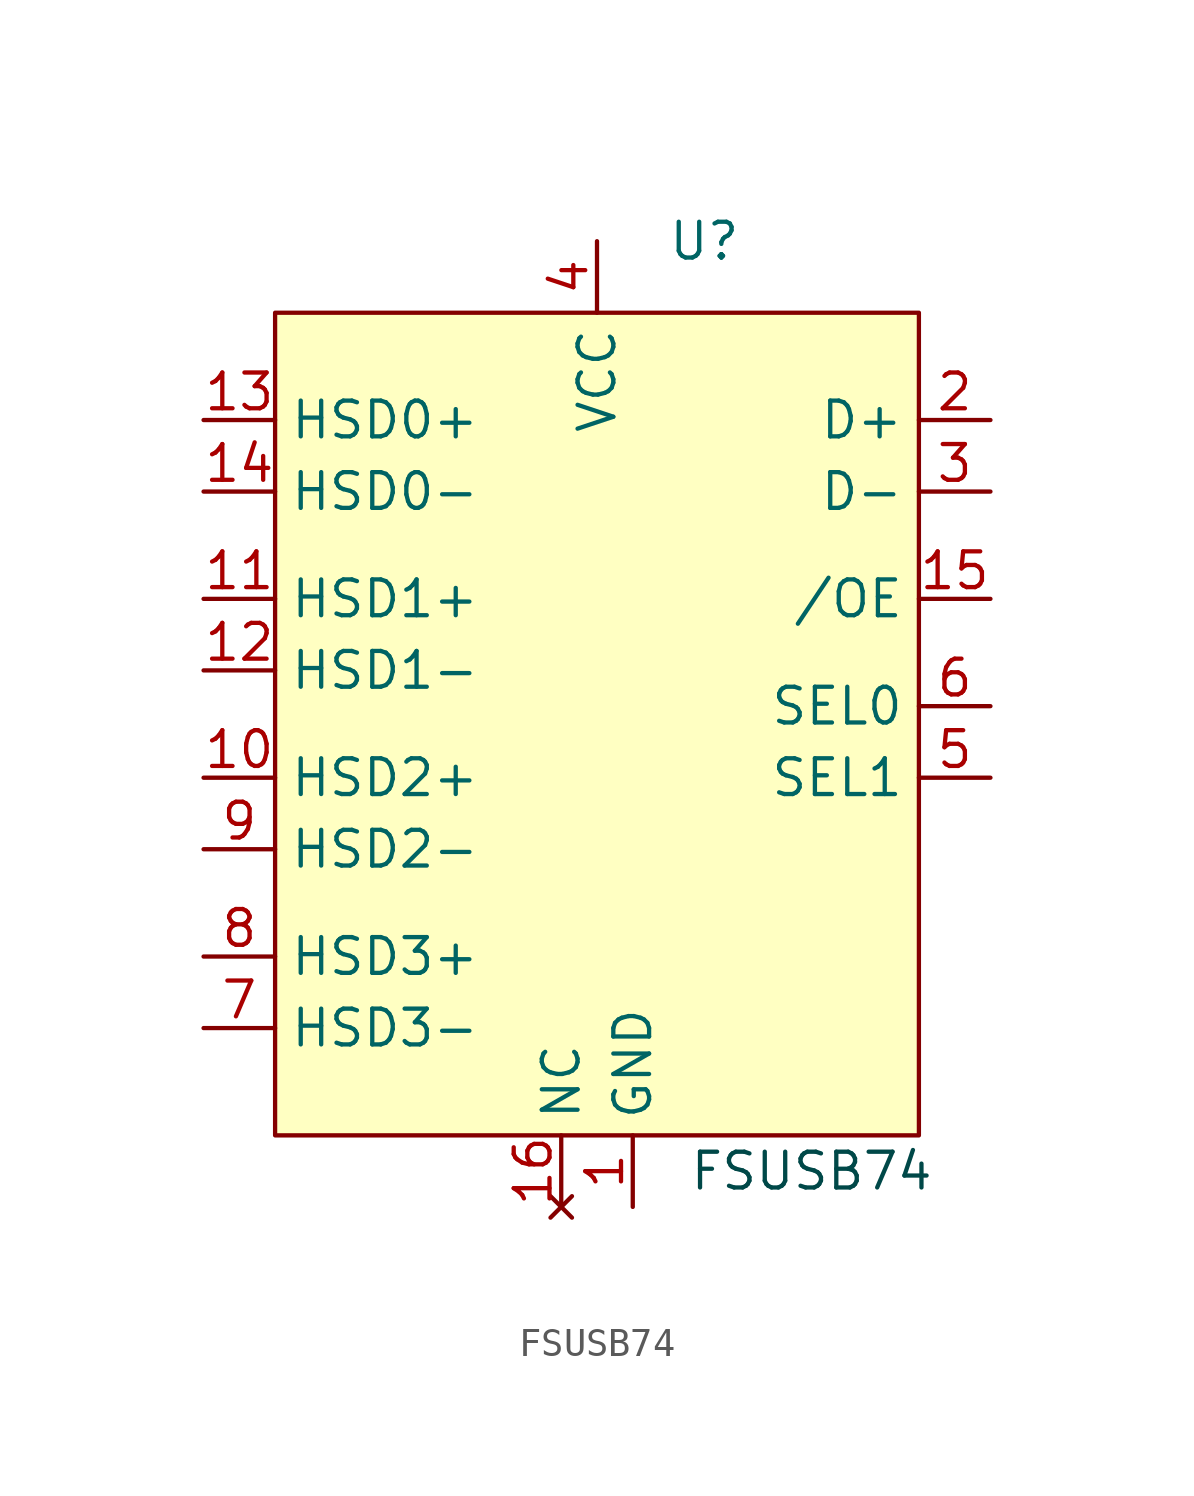
<source format=kicad_sym>
(kicad_symbol_lib
  (version 20220914)
  (generator kicad_symbol_editor)
  (symbol "FSUSB74"
    (property "Reference" "U"
      (at 3.81 16.51 0)
      (effects (font (size 1.27 1.27))))
    (property "Value" ""
      (at 0 6.35 0)
      (effects (font (size 1.27 1.27))))
    (symbol "FSUSB74_1_1"
      (rectangle (start -11.43 13.97) (end 11.43 -15.24) (stroke (width 0) (type default)) (fill (type background)))
      (text "FSUSB74" (at 7.62 -16.51 0) (effects (font (size 1.27 1.27) (color 0 72 72 1))))
      (pin power_in line (at 1.27 -17.78 90) (length 2.54) (name "GND" (effects (font (size 1.27 1.27)))) (number "1" (effects (font (size 1.27 1.27)))))
      (pin bidirectional line (at -13.97 -2.54 0) (length 2.54) (name "HSD2+" (effects (font (size 1.27 1.27)))) (number "10" (effects (font (size 1.27 1.27)))))
      (pin bidirectional line (at -13.97 3.81 0) (length 2.54) (name "HSD1+" (effects (font (size 1.27 1.27)))) (number "11" (effects (font (size 1.27 1.27)))))
      (pin bidirectional line (at -13.97 1.27 0) (length 2.54) (name "HSD1-" (effects (font (size 1.27 1.27)))) (number "12" (effects (font (size 1.27 1.27)))))
      (pin bidirectional line (at -13.97 10.16 0) (length 2.54) (name "HSD0+" (effects (font (size 1.27 1.27)))) (number "13" (effects (font (size 1.27 1.27)))))
      (pin bidirectional line (at -13.97 7.62 0) (length 2.54) (name "HSD0-" (effects (font (size 1.27 1.27)))) (number "14" (effects (font (size 1.27 1.27)))))
      (pin input line (at 13.97 3.81 180) (length 2.54) (name "/OE" (effects (font (size 1.27 1.27)))) (number "15" (effects (font (size 1.27 1.27)))))
      (pin no_connect line (at -1.27 -17.78 90) (length 2.54) (name "NC" (effects (font (size 1.27 1.27)))) (number "16" (effects (font (size 1.27 1.27)))))
      (pin bidirectional line (at 13.97 10.16 180) (length 2.54) (name "D+" (effects (font (size 1.27 1.27)))) (number "2" (effects (font (size 1.27 1.27)))))
      (pin bidirectional line (at 13.97 7.62 180) (length 2.54) (name "D-" (effects (font (size 1.27 1.27)))) (number "3" (effects (font (size 1.27 1.27)))))
      (pin power_in line (at 0 16.51 270) (length 2.54) (name "VCC" (effects (font (size 1.27 1.27)))) (number "4" (effects (font (size 1.27 1.27)))))
      (pin input line (at 13.97 -2.54 180) (length 2.54) (name "SEL1" (effects (font (size 1.27 1.27)))) (number "5" (effects (font (size 1.27 1.27)))))
      (pin input line (at 13.97 0 180) (length 2.54) (name "SEL0" (effects (font (size 1.27 1.27)))) (number "6" (effects (font (size 1.27 1.27)))))
      (pin bidirectional line (at -13.97 -11.43 0) (length 2.54) (name "HSD3-" (effects (font (size 1.27 1.27)))) (number "7" (effects (font (size 1.27 1.27)))))
      (pin bidirectional line (at -13.97 -8.89 0) (length 2.54) (name "HSD3+" (effects (font (size 1.27 1.27)))) (number "8" (effects (font (size 1.27 1.27)))))
      (pin bidirectional line (at -13.97 -5.08 0) (length 2.54) (name "HSD2-" (effects (font (size 1.27 1.27)))) (number "9" (effects (font (size 1.27 1.27))))))))
</source>
